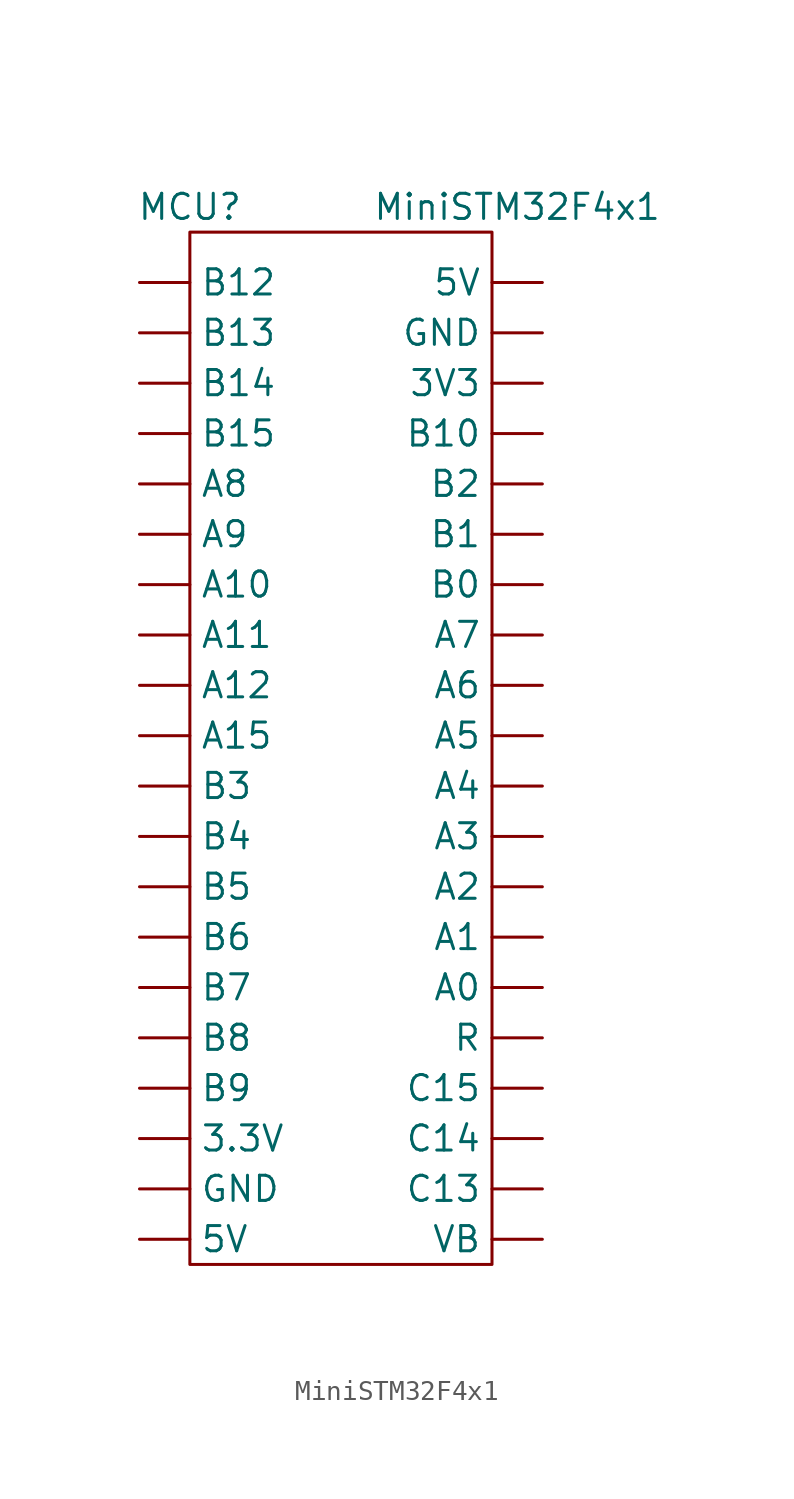
<source format=kicad_sym>
(kicad_symbol_lib
  (version 20211014)
  (generator kicad_symbol_editor)
  (symbol "MiniSTM32F4x1"
    (property "Reference" "MCU"
      (at 0 1.27 0)
      (effects (font (size 1.27 1.27))))
    (property "Value" "MiniSTM32F4x1"
      (at 16.51 1.27 0)
      (effects (font (size 1.27 1.27))))
    (symbol "MiniSTM32F4x1_0_1"
      (rectangle (start 0 0) (end 15.24 -52.07) (stroke (width 0) (type default) (color 0 0 0 0)) (fill (type none))))
    (symbol "MiniSTM32F4x1_1_1"
      (pin power_out line (at -2.54 -45.72 0) (length 2.54) (name "3.3V" (effects (font (size 1.27 1.27)))) (number "" (effects (font (size 1.27 1.27)))))
      (pin power_out line (at 17.78 -7.62 180) (length 2.54) (name "3V3" (effects (font (size 1.27 1.27)))) (number "" (effects (font (size 1.27 1.27)))))
      (pin power_out line (at -2.54 -50.8 0) (length 2.54) (name "5V" (effects (font (size 1.27 1.27)))) (number "" (effects (font (size 1.27 1.27)))))
      (pin power_in line (at 17.78 -2.54 180) (length 2.54) (name "5V" (effects (font (size 1.27 1.27)))) (number "" (effects (font (size 1.27 1.27)))))
      (pin bidirectional line (at 17.78 -38.1 180) (length 2.54) (name "A0" (effects (font (size 1.27 1.27)))) (number "" (effects (font (size 1.27 1.27)))))
      (pin bidirectional line (at 17.78 -35.56 180) (length 2.54) (name "A1" (effects (font (size 1.27 1.27)))) (number "" (effects (font (size 1.27 1.27)))))
      (pin bidirectional line (at -2.54 -17.78 0) (length 2.54) (name "A10" (effects (font (size 1.27 1.27)))) (number "" (effects (font (size 1.27 1.27)))))
      (pin bidirectional line (at -2.54 -20.32 0) (length 2.54) (name "A11" (effects (font (size 1.27 1.27)))) (number "" (effects (font (size 1.27 1.27)))))
      (pin bidirectional line (at -2.54 -22.86 0) (length 2.54) (name "A12" (effects (font (size 1.27 1.27)))) (number "" (effects (font (size 1.27 1.27)))))
      (pin bidirectional line (at -2.54 -25.4 0) (length 2.54) (name "A15" (effects (font (size 1.27 1.27)))) (number "" (effects (font (size 1.27 1.27)))))
      (pin bidirectional line (at 17.78 -33.02 180) (length 2.54) (name "A2" (effects (font (size 1.27 1.27)))) (number "" (effects (font (size 1.27 1.27)))))
      (pin bidirectional line (at 17.78 -30.48 180) (length 2.54) (name "A3" (effects (font (size 1.27 1.27)))) (number "" (effects (font (size 1.27 1.27)))))
      (pin bidirectional line (at 17.78 -27.94 180) (length 2.54) (name "A4" (effects (font (size 1.27 1.27)))) (number "" (effects (font (size 1.27 1.27)))))
      (pin bidirectional line (at 17.78 -25.4 180) (length 2.54) (name "A5" (effects (font (size 1.27 1.27)))) (number "" (effects (font (size 1.27 1.27)))))
      (pin bidirectional line (at 17.78 -22.86 180) (length 2.54) (name "A6" (effects (font (size 1.27 1.27)))) (number "" (effects (font (size 1.27 1.27)))))
      (pin bidirectional line (at 17.78 -20.32 180) (length 2.54) (name "A7" (effects (font (size 1.27 1.27)))) (number "" (effects (font (size 1.27 1.27)))))
      (pin bidirectional line (at -2.54 -12.7 0) (length 2.54) (name "A8" (effects (font (size 1.27 1.27)))) (number "" (effects (font (size 1.27 1.27)))))
      (pin bidirectional line (at -2.54 -15.24 0) (length 2.54) (name "A9" (effects (font (size 1.27 1.27)))) (number "" (effects (font (size 1.27 1.27)))))
      (pin bidirectional line (at 17.78 -17.78 180) (length 2.54) (name "B0" (effects (font (size 1.27 1.27)))) (number "" (effects (font (size 1.27 1.27)))))
      (pin bidirectional line (at 17.78 -15.24 180) (length 2.54) (name "B1" (effects (font (size 1.27 1.27)))) (number "" (effects (font (size 1.27 1.27)))))
      (pin bidirectional line (at 17.78 -10.16 180) (length 2.54) (name "B10" (effects (font (size 1.27 1.27)))) (number "" (effects (font (size 1.27 1.27)))))
      (pin bidirectional line (at -2.54 -2.54 0) (length 2.54) (name "B12" (effects (font (size 1.27 1.27)))) (number "" (effects (font (size 1.27 1.27)))))
      (pin bidirectional line (at -2.54 -5.08 0) (length 2.54) (name "B13" (effects (font (size 1.27 1.27)))) (number "" (effects (font (size 1.27 1.27)))))
      (pin bidirectional line (at -2.54 -7.62 0) (length 2.54) (name "B14" (effects (font (size 1.27 1.27)))) (number "" (effects (font (size 1.27 1.27)))))
      (pin bidirectional line (at -2.54 -10.16 0) (length 2.54) (name "B15" (effects (font (size 1.27 1.27)))) (number "" (effects (font (size 1.27 1.27)))))
      (pin bidirectional line (at 17.78 -12.7 180) (length 2.54) (name "B2" (effects (font (size 1.27 1.27)))) (number "" (effects (font (size 1.27 1.27)))))
      (pin bidirectional line (at -2.54 -27.94 0) (length 2.54) (name "B3" (effects (font (size 1.27 1.27)))) (number "" (effects (font (size 1.27 1.27)))))
      (pin bidirectional line (at -2.54 -30.48 0) (length 2.54) (name "B4" (effects (font (size 1.27 1.27)))) (number "" (effects (font (size 1.27 1.27)))))
      (pin bidirectional line (at -2.54 -33.02 0) (length 2.54) (name "B5" (effects (font (size 1.27 1.27)))) (number "" (effects (font (size 1.27 1.27)))))
      (pin bidirectional line (at -2.54 -35.56 0) (length 2.54) (name "B6" (effects (font (size 1.27 1.27)))) (number "" (effects (font (size 1.27 1.27)))))
      (pin bidirectional line (at -2.54 -38.1 0) (length 2.54) (name "B7" (effects (font (size 1.27 1.27)))) (number "" (effects (font (size 1.27 1.27)))))
      (pin bidirectional line (at -2.54 -40.64 0) (length 2.54) (name "B8" (effects (font (size 1.27 1.27)))) (number "" (effects (font (size 1.27 1.27)))))
      (pin bidirectional line (at -2.54 -43.18 0) (length 2.54) (name "B9" (effects (font (size 1.27 1.27)))) (number "" (effects (font (size 1.27 1.27)))))
      (pin bidirectional line (at 17.78 -48.26 180) (length 2.54) (name "C13" (effects (font (size 1.27 1.27)))) (number "" (effects (font (size 1.27 1.27)))))
      (pin bidirectional line (at 17.78 -45.72 180) (length 2.54) (name "C14" (effects (font (size 1.27 1.27)))) (number "" (effects (font (size 1.27 1.27)))))
      (pin bidirectional line (at 17.78 -43.18 180) (length 2.54) (name "C15" (effects (font (size 1.27 1.27)))) (number "" (effects (font (size 1.27 1.27)))))
      (pin bidirectional line (at -2.54 -48.26 0) (length 2.54) (name "GND" (effects (font (size 1.27 1.27)))) (number "" (effects (font (size 1.27 1.27)))))
      (pin bidirectional line (at 17.78 -5.08 180) (length 2.54) (name "GND" (effects (font (size 1.27 1.27)))) (number "" (effects (font (size 1.27 1.27)))))
      (pin bidirectional line (at 17.78 -40.64 180) (length 2.54) (name "R" (effects (font (size 1.27 1.27)))) (number "" (effects (font (size 1.27 1.27)))))
      (pin bidirectional line (at 17.78 -50.8 180) (length 2.54) (name "VB" (effects (font (size 1.27 1.27)))) (number "" (effects (font (size 1.27 1.27))))))))
</source>
